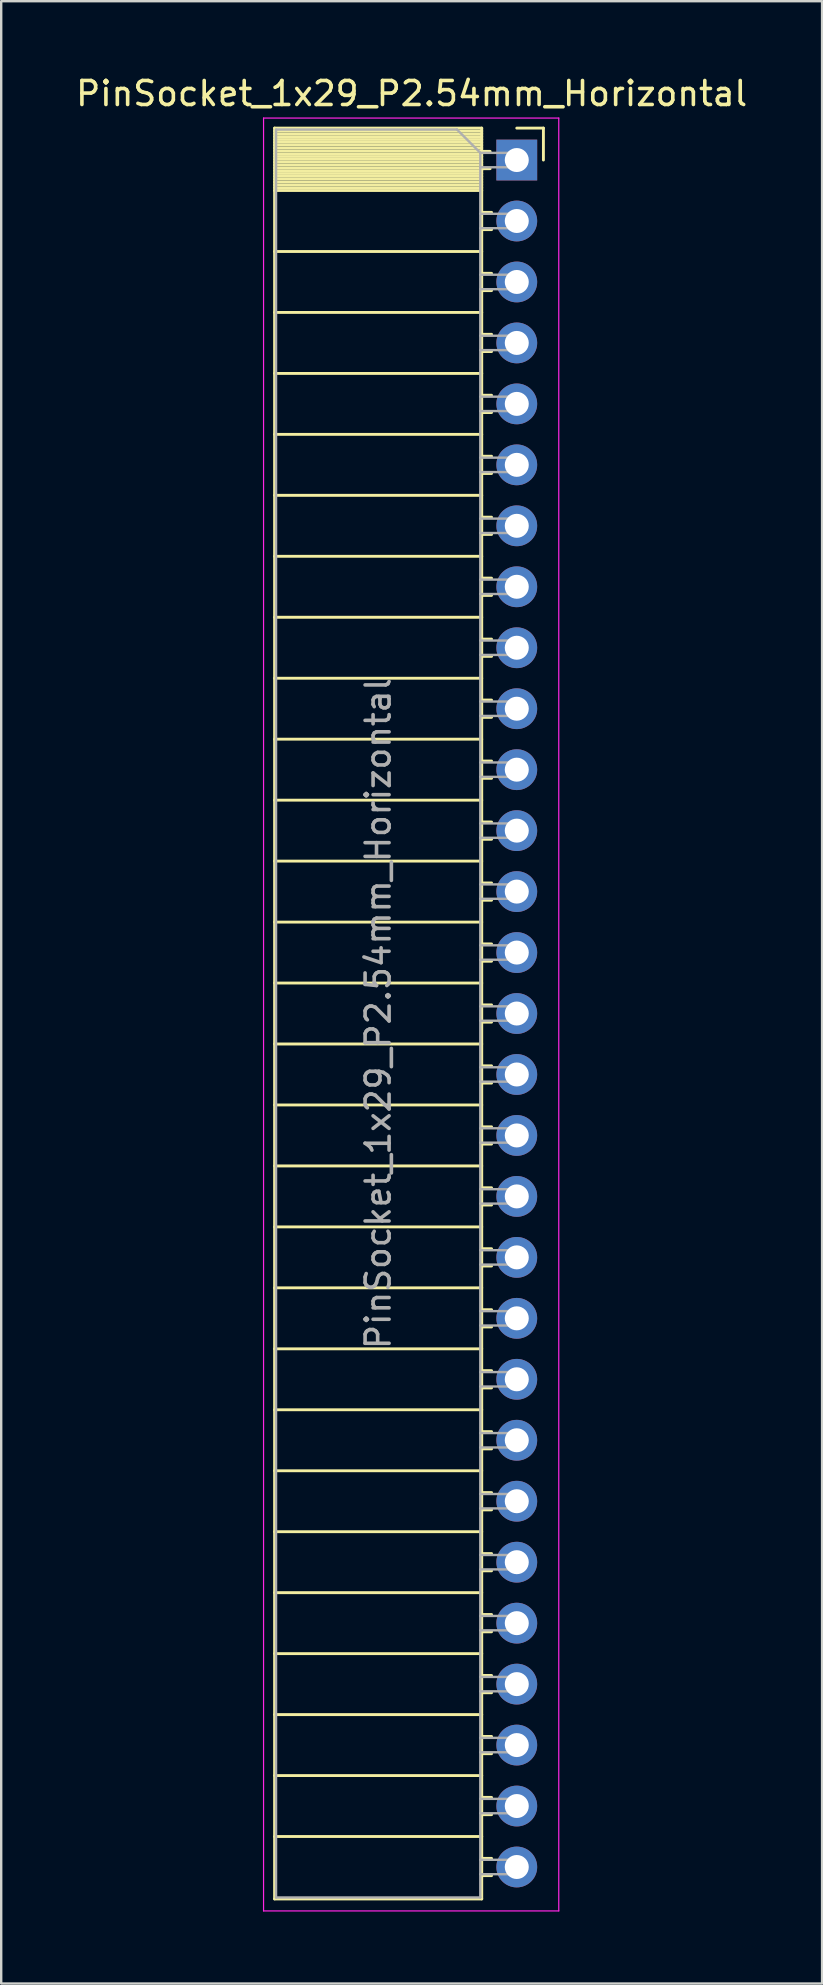
<source format=kicad_pcb>
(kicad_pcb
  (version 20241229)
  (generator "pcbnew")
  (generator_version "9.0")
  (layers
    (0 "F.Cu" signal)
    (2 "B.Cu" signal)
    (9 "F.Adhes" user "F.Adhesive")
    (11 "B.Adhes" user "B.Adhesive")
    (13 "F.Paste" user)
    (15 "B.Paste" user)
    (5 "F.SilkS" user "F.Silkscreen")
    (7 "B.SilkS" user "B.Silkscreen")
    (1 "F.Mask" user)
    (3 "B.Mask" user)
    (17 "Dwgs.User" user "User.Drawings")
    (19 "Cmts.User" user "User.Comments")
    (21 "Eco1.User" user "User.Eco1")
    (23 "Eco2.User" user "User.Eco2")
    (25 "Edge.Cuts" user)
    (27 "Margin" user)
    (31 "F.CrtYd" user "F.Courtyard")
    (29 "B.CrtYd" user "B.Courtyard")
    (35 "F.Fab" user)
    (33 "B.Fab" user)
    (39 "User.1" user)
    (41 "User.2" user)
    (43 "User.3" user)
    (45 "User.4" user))
  (footprint "PinSocket_1x29_P2.54mm_Horizontal"
    (layer "F.Cu")
    (at 18.481 3.618)
    (property "Reference" "PinSocket_1x29_P2.54mm_Horizontal" (at -4.38 -2.77 0) (layer "F.SilkS") (effects (font (size 1 1) (thickness 0.15))))
    (attr through_hole)
    (fp_line (start -10.09 -1.33) (end -10.09 72.45) (stroke (width 0.12) (type solid)) (layer "F.SilkS"))
    (fp_line (start -10.09 -1.33) (end -1.46 -1.33) (stroke (width 0.12) (type solid)) (layer "F.SilkS"))
    (fp_line (start -10.09 -1.21) (end -1.46 -1.21) (stroke (width 0.12) (type solid)) (layer "F.SilkS"))
    (fp_line (start -10.09 -1.092) (end -1.46 -1.092) (stroke (width 0.12) (type solid)) (layer "F.SilkS"))
    (fp_line (start -10.09 -0.974) (end -1.46 -0.974) (stroke (width 0.12) (type solid)) (layer "F.SilkS"))
    (fp_line (start -10.09 -0.856) (end -1.46 -0.856) (stroke (width 0.12) (type solid)) (layer "F.SilkS"))
    (fp_line (start -10.09 -0.738) (end -1.46 -0.738) (stroke (width 0.12) (type solid)) (layer "F.SilkS"))
    (fp_line (start -10.09 -0.62) (end -1.46 -0.62) (stroke (width 0.12) (type solid)) (layer "F.SilkS"))
    (fp_line (start -10.09 -0.501) (end -1.46 -0.501) (stroke (width 0.12) (type solid)) (layer "F.SilkS"))
    (fp_line (start -10.09 -0.383) (end -1.46 -0.383) (stroke (width 0.12) (type solid)) (layer "F.SilkS"))
    (fp_line (start -10.09 -0.265) (end -1.46 -0.265) (stroke (width 0.12) (type solid)) (layer "F.SilkS"))
    (fp_line (start -10.09 -0.147) (end -1.46 -0.147) (stroke (width 0.12) (type solid)) (layer "F.SilkS"))
    (fp_line (start -10.09 -0.029) (end -1.46 -0.029) (stroke (width 0.12) (type solid)) (layer "F.SilkS"))
    (fp_line (start -10.09 0.089) (end -1.46 0.089) (stroke (width 0.12) (type solid)) (layer "F.SilkS"))
    (fp_line (start -10.09 0.207) (end -1.46 0.207) (stroke (width 0.12) (type solid)) (layer "F.SilkS"))
    (fp_line (start -10.09 0.325) (end -1.46 0.325) (stroke (width 0.12) (type solid)) (layer "F.SilkS"))
    (fp_line (start -10.09 0.443) (end -1.46 0.443) (stroke (width 0.12) (type solid)) (layer "F.SilkS"))
    (fp_line (start -10.09 0.561) (end -1.46 0.561) (stroke (width 0.12) (type solid)) (layer "F.SilkS"))
    (fp_line (start -10.09 0.68) (end -1.46 0.68) (stroke (width 0.12) (type solid)) (layer "F.SilkS"))
    (fp_line (start -10.09 0.798) (end -1.46 0.798) (stroke (width 0.12) (type solid)) (layer "F.SilkS"))
    (fp_line (start -10.09 0.916) (end -1.46 0.916) (stroke (width 0.12) (type solid)) (layer "F.SilkS"))
    (fp_line (start -10.09 1.034) (end -1.46 1.034) (stroke (width 0.12) (type solid)) (layer "F.SilkS"))
    (fp_line (start -10.09 1.152) (end -1.46 1.152) (stroke (width 0.12) (type solid)) (layer "F.SilkS"))
    (fp_line (start -10.09 1.27) (end -1.46 1.27) (stroke (width 0.12) (type solid)) (layer "F.SilkS"))
    (fp_line (start -10.09 3.81) (end -1.46 3.81) (stroke (width 0.12) (type solid)) (layer "F.SilkS"))
    (fp_line (start -10.09 6.35) (end -1.46 6.35) (stroke (width 0.12) (type solid)) (layer "F.SilkS"))
    (fp_line (start -10.09 8.89) (end -1.46 8.89) (stroke (width 0.12) (type solid)) (layer "F.SilkS"))
    (fp_line (start -10.09 11.43) (end -1.46 11.43) (stroke (width 0.12) (type solid)) (layer "F.SilkS"))
    (fp_line (start -10.09 13.97) (end -1.46 13.97) (stroke (width 0.12) (type solid)) (layer "F.SilkS"))
    (fp_line (start -10.09 16.51) (end -1.46 16.51) (stroke (width 0.12) (type solid)) (layer "F.SilkS"))
    (fp_line (start -10.09 19.05) (end -1.46 19.05) (stroke (width 0.12) (type solid)) (layer "F.SilkS"))
    (fp_line (start -10.09 21.59) (end -1.46 21.59) (stroke (width 0.12) (type solid)) (layer "F.SilkS"))
    (fp_line (start -10.09 24.13) (end -1.46 24.13) (stroke (width 0.12) (type solid)) (layer "F.SilkS"))
    (fp_line (start -10.09 26.67) (end -1.46 26.67) (stroke (width 0.12) (type solid)) (layer "F.SilkS"))
    (fp_line (start -10.09 29.21) (end -1.46 29.21) (stroke (width 0.12) (type solid)) (layer "F.SilkS"))
    (fp_line (start -10.09 31.75) (end -1.46 31.75) (stroke (width 0.12) (type solid)) (layer "F.SilkS"))
    (fp_line (start -10.09 34.29) (end -1.46 34.29) (stroke (width 0.12) (type solid)) (layer "F.SilkS"))
    (fp_line (start -10.09 36.83) (end -1.46 36.83) (stroke (width 0.12) (type solid)) (layer "F.SilkS"))
    (fp_line (start -10.09 39.37) (end -1.46 39.37) (stroke (width 0.12) (type solid)) (layer "F.SilkS"))
    (fp_line (start -10.09 41.91) (end -1.46 41.91) (stroke (width 0.12) (type solid)) (layer "F.SilkS"))
    (fp_line (start -10.09 44.45) (end -1.46 44.45) (stroke (width 0.12) (type solid)) (layer "F.SilkS"))
    (fp_line (start -10.09 46.99) (end -1.46 46.99) (stroke (width 0.12) (type solid)) (layer "F.SilkS"))
    (fp_line (start -10.09 49.53) (end -1.46 49.53) (stroke (width 0.12) (type solid)) (layer "F.SilkS"))
    (fp_line (start -10.09 52.07) (end -1.46 52.07) (stroke (width 0.12) (type solid)) (layer "F.SilkS"))
    (fp_line (start -10.09 54.61) (end -1.46 54.61) (stroke (width 0.12) (type solid)) (layer "F.SilkS"))
    (fp_line (start -10.09 57.15) (end -1.46 57.15) (stroke (width 0.12) (type solid)) (layer "F.SilkS"))
    (fp_line (start -10.09 59.69) (end -1.46 59.69) (stroke (width 0.12) (type solid)) (layer "F.SilkS"))
    (fp_line (start -10.09 62.23) (end -1.46 62.23) (stroke (width 0.12) (type solid)) (layer "F.SilkS"))
    (fp_line (start -10.09 64.77) (end -1.46 64.77) (stroke (width 0.12) (type solid)) (layer "F.SilkS"))
    (fp_line (start -10.09 67.31) (end -1.46 67.31) (stroke (width 0.12) (type solid)) (layer "F.SilkS"))
    (fp_line (start -10.09 69.85) (end -1.46 69.85) (stroke (width 0.12) (type solid)) (layer "F.SilkS"))
    (fp_line (start -10.09 72.45) (end -1.46 72.45) (stroke (width 0.12) (type solid)) (layer "F.SilkS"))
    (fp_line (start -1.46 -1.33) (end -1.46 72.45) (stroke (width 0.12) (type solid)) (layer "F.SilkS"))
    (fp_line (start -1.46 -0.36) (end -1.11 -0.36) (stroke (width 0.12) (type solid)) (layer "F.SilkS"))
    (fp_line (start -1.46 0.36) (end -1.11 0.36) (stroke (width 0.12) (type solid)) (layer "F.SilkS"))
    (fp_line (start -1.46 2.18) (end -1.05 2.18) (stroke (width 0.12) (type solid)) (layer "F.SilkS"))
    (fp_line (start -1.46 2.9) (end -1.05 2.9) (stroke (width 0.12) (type solid)) (layer "F.SilkS"))
    (fp_line (start -1.46 4.72) (end -1.05 4.72) (stroke (width 0.12) (type solid)) (layer "F.SilkS"))
    (fp_line (start -1.46 5.44) (end -1.05 5.44) (stroke (width 0.12) (type solid)) (layer "F.SilkS"))
    (fp_line (start -1.46 7.26) (end -1.05 7.26) (stroke (width 0.12) (type solid)) (layer "F.SilkS"))
    (fp_line (start -1.46 7.98) (end -1.05 7.98) (stroke (width 0.12) (type solid)) (layer "F.SilkS"))
    (fp_line (start -1.46 9.8) (end -1.05 9.8) (stroke (width 0.12) (type solid)) (layer "F.SilkS"))
    (fp_line (start -1.46 10.52) (end -1.05 10.52) (stroke (width 0.12) (type solid)) (layer "F.SilkS"))
    (fp_line (start -1.46 12.34) (end -1.05 12.34) (stroke (width 0.12) (type solid)) (layer "F.SilkS"))
    (fp_line (start -1.46 13.06) (end -1.05 13.06) (stroke (width 0.12) (type solid)) (layer "F.SilkS"))
    (fp_line (start -1.46 14.88) (end -1.05 14.88) (stroke (width 0.12) (type solid)) (layer "F.SilkS"))
    (fp_line (start -1.46 15.6) (end -1.05 15.6) (stroke (width 0.12) (type solid)) (layer "F.SilkS"))
    (fp_line (start -1.46 17.42) (end -1.05 17.42) (stroke (width 0.12) (type solid)) (layer "F.SilkS"))
    (fp_line (start -1.46 18.14) (end -1.05 18.14) (stroke (width 0.12) (type solid)) (layer "F.SilkS"))
    (fp_line (start -1.46 19.96) (end -1.05 19.96) (stroke (width 0.12) (type solid)) (layer "F.SilkS"))
    (fp_line (start -1.46 20.68) (end -1.05 20.68) (stroke (width 0.12) (type solid)) (layer "F.SilkS"))
    (fp_line (start -1.46 22.5) (end -1.05 22.5) (stroke (width 0.12) (type solid)) (layer "F.SilkS"))
    (fp_line (start -1.46 23.22) (end -1.05 23.22) (stroke (width 0.12) (type solid)) (layer "F.SilkS"))
    (fp_line (start -1.46 25.04) (end -1.05 25.04) (stroke (width 0.12) (type solid)) (layer "F.SilkS"))
    (fp_line (start -1.46 25.76) (end -1.05 25.76) (stroke (width 0.12) (type solid)) (layer "F.SilkS"))
    (fp_line (start -1.46 27.58) (end -1.05 27.58) (stroke (width 0.12) (type solid)) (layer "F.SilkS"))
    (fp_line (start -1.46 28.3) (end -1.05 28.3) (stroke (width 0.12) (type solid)) (layer "F.SilkS"))
    (fp_line (start -1.46 30.12) (end -1.05 30.12) (stroke (width 0.12) (type solid)) (layer "F.SilkS"))
    (fp_line (start -1.46 30.84) (end -1.05 30.84) (stroke (width 0.12) (type solid)) (layer "F.SilkS"))
    (fp_line (start -1.46 32.66) (end -1.05 32.66) (stroke (width 0.12) (type solid)) (layer "F.SilkS"))
    (fp_line (start -1.46 33.38) (end -1.05 33.38) (stroke (width 0.12) (type solid)) (layer "F.SilkS"))
    (fp_line (start -1.46 35.2) (end -1.05 35.2) (stroke (width 0.12) (type solid)) (layer "F.SilkS"))
    (fp_line (start -1.46 35.92) (end -1.05 35.92) (stroke (width 0.12) (type solid)) (layer "F.SilkS"))
    (fp_line (start -1.46 37.74) (end -1.05 37.74) (stroke (width 0.12) (type solid)) (layer "F.SilkS"))
    (fp_line (start -1.46 38.46) (end -1.05 38.46) (stroke (width 0.12) (type solid)) (layer "F.SilkS"))
    (fp_line (start -1.46 40.28) (end -1.05 40.28) (stroke (width 0.12) (type solid)) (layer "F.SilkS"))
    (fp_line (start -1.46 41) (end -1.05 41) (stroke (width 0.12) (type solid)) (layer "F.SilkS"))
    (fp_line (start -1.46 42.82) (end -1.05 42.82) (stroke (width 0.12) (type solid)) (layer "F.SilkS"))
    (fp_line (start -1.46 43.54) (end -1.05 43.54) (stroke (width 0.12) (type solid)) (layer "F.SilkS"))
    (fp_line (start -1.46 45.36) (end -1.05 45.36) (stroke (width 0.12) (type solid)) (layer "F.SilkS"))
    (fp_line (start -1.46 46.08) (end -1.05 46.08) (stroke (width 0.12) (type solid)) (layer "F.SilkS"))
    (fp_line (start -1.46 47.9) (end -1.05 47.9) (stroke (width 0.12) (type solid)) (layer "F.SilkS"))
    (fp_line (start -1.46 48.62) (end -1.05 48.62) (stroke (width 0.12) (type solid)) (layer "F.SilkS"))
    (fp_line (start -1.46 50.44) (end -1.05 50.44) (stroke (width 0.12) (type solid)) (layer "F.SilkS"))
    (fp_line (start -1.46 51.16) (end -1.05 51.16) (stroke (width 0.12) (type solid)) (layer "F.SilkS"))
    (fp_line (start -1.46 52.98) (end -1.05 52.98) (stroke (width 0.12) (type solid)) (layer "F.SilkS"))
    (fp_line (start -1.46 53.7) (end -1.05 53.7) (stroke (width 0.12) (type solid)) (layer "F.SilkS"))
    (fp_line (start -1.46 55.52) (end -1.05 55.52) (stroke (width 0.12) (type solid)) (layer "F.SilkS"))
    (fp_line (start -1.46 56.24) (end -1.05 56.24) (stroke (width 0.12) (type solid)) (layer "F.SilkS"))
    (fp_line (start -1.46 58.06) (end -1.05 58.06) (stroke (width 0.12) (type solid)) (layer "F.SilkS"))
    (fp_line (start -1.46 58.78) (end -1.05 58.78) (stroke (width 0.12) (type solid)) (layer "F.SilkS"))
    (fp_line (start -1.46 60.6) (end -1.05 60.6) (stroke (width 0.12) (type solid)) (layer "F.SilkS"))
    (fp_line (start -1.46 61.32) (end -1.05 61.32) (stroke (width 0.12) (type solid)) (layer "F.SilkS"))
    (fp_line (start -1.46 63.14) (end -1.05 63.14) (stroke (width 0.12) (type solid)) (layer "F.SilkS"))
    (fp_line (start -1.46 63.86) (end -1.05 63.86) (stroke (width 0.12) (type solid)) (layer "F.SilkS"))
    (fp_line (start -1.46 65.68) (end -1.05 65.68) (stroke (width 0.12) (type solid)) (layer "F.SilkS"))
    (fp_line (start -1.46 66.4) (end -1.05 66.4) (stroke (width 0.12) (type solid)) (layer "F.SilkS"))
    (fp_line (start -1.46 68.22) (end -1.05 68.22) (stroke (width 0.12) (type solid)) (layer "F.SilkS"))
    (fp_line (start -1.46 68.94) (end -1.05 68.94) (stroke (width 0.12) (type solid)) (layer "F.SilkS"))
    (fp_line (start -1.46 70.76) (end -1.05 70.76) (stroke (width 0.12) (type solid)) (layer "F.SilkS"))
    (fp_line (start -1.46 71.48) (end -1.05 71.48) (stroke (width 0.12) (type solid)) (layer "F.SilkS"))
    (fp_line (start 0 -1.33) (end 1.11 -1.33) (stroke (width 0.12) (type solid)) (layer "F.SilkS"))
    (fp_line (start 1.11 -1.33) (end 1.11 0) (stroke (width 0.12) (type solid)) (layer "F.SilkS"))
    (fp_line (start -10.55 -1.75) (end -10.55 72.95) (stroke (width 0.05) (type solid)) (layer "F.CrtYd"))
    (fp_line (start -10.55 72.95) (end 1.75 72.95) (stroke (width 0.05) (type solid)) (layer "F.CrtYd"))
    (fp_line (start 1.75 -1.75) (end -10.55 -1.75) (stroke (width 0.05) (type solid)) (layer "F.CrtYd"))
    (fp_line (start 1.75 72.95) (end 1.75 -1.75) (stroke (width 0.05) (type solid)) (layer "F.CrtYd"))
    (fp_line (start -10.03 -1.27) (end -2.49 -1.27) (stroke (width 0.1) (type solid)) (layer "F.Fab"))
    (fp_line (start -10.03 72.39) (end -10.03 -1.27) (stroke (width 0.1) (type solid)) (layer "F.Fab"))
    (fp_line (start -2.49 -1.27) (end -1.52 -0.3) (stroke (width 0.1) (type solid)) (layer "F.Fab"))
    (fp_line (start -1.52 -0.3) (end -1.52 72.39) (stroke (width 0.1) (type solid)) (layer "F.Fab"))
    (fp_line (start -1.52 0.3) (end 0 0.3) (stroke (width 0.1) (type solid)) (layer "F.Fab"))
    (fp_line (start -1.52 2.84) (end 0 2.84) (stroke (width 0.1) (type solid)) (layer "F.Fab"))
    (fp_line (start -1.52 5.38) (end 0 5.38) (stroke (width 0.1) (type solid)) (layer "F.Fab"))
    (fp_line (start -1.52 7.92) (end 0 7.92) (stroke (width 0.1) (type solid)) (layer "F.Fab"))
    (fp_line (start -1.52 10.46) (end 0 10.46) (stroke (width 0.1) (type solid)) (layer "F.Fab"))
    (fp_line (start -1.52 13) (end 0 13) (stroke (width 0.1) (type solid)) (layer "F.Fab"))
    (fp_line (start -1.52 15.54) (end 0 15.54) (stroke (width 0.1) (type solid)) (layer "F.Fab"))
    (fp_line (start -1.52 18.08) (end 0 18.08) (stroke (width 0.1) (type solid)) (layer "F.Fab"))
    (fp_line (start -1.52 20.62) (end 0 20.62) (stroke (width 0.1) (type solid)) (layer "F.Fab"))
    (fp_line (start -1.52 23.16) (end 0 23.16) (stroke (width 0.1) (type solid)) (layer "F.Fab"))
    (fp_line (start -1.52 25.7) (end 0 25.7) (stroke (width 0.1) (type solid)) (layer "F.Fab"))
    (fp_line (start -1.52 28.24) (end 0 28.24) (stroke (width 0.1) (type solid)) (layer "F.Fab"))
    (fp_line (start -1.52 30.78) (end 0 30.78) (stroke (width 0.1) (type solid)) (layer "F.Fab"))
    (fp_line (start -1.52 33.32) (end 0 33.32) (stroke (width 0.1) (type solid)) (layer "F.Fab"))
    (fp_line (start -1.52 35.86) (end 0 35.86) (stroke (width 0.1) (type solid)) (layer "F.Fab"))
    (fp_line (start -1.52 38.4) (end 0 38.4) (stroke (width 0.1) (type solid)) (layer "F.Fab"))
    (fp_line (start -1.52 40.94) (end 0 40.94) (stroke (width 0.1) (type solid)) (layer "F.Fab"))
    (fp_line (start -1.52 43.48) (end 0 43.48) (stroke (width 0.1) (type solid)) (layer "F.Fab"))
    (fp_line (start -1.52 46.02) (end 0 46.02) (stroke (width 0.1) (type solid)) (layer "F.Fab"))
    (fp_line (start -1.52 48.56) (end 0 48.56) (stroke (width 0.1) (type solid)) (layer "F.Fab"))
    (fp_line (start -1.52 51.1) (end 0 51.1) (stroke (width 0.1) (type solid)) (layer "F.Fab"))
    (fp_line (start -1.52 53.64) (end 0 53.64) (stroke (width 0.1) (type solid)) (layer "F.Fab"))
    (fp_line (start -1.52 56.18) (end 0 56.18) (stroke (width 0.1) (type solid)) (layer "F.Fab"))
    (fp_line (start -1.52 58.72) (end 0 58.72) (stroke (width 0.1) (type solid)) (layer "F.Fab"))
    (fp_line (start -1.52 61.26) (end 0 61.26) (stroke (width 0.1) (type solid)) (layer "F.Fab"))
    (fp_line (start -1.52 63.8) (end 0 63.8) (stroke (width 0.1) (type solid)) (layer "F.Fab"))
    (fp_line (start -1.52 66.34) (end 0 66.34) (stroke (width 0.1) (type solid)) (layer "F.Fab"))
    (fp_line (start -1.52 68.88) (end 0 68.88) (stroke (width 0.1) (type solid)) (layer "F.Fab"))
    (fp_line (start -1.52 71.42) (end 0 71.42) (stroke (width 0.1) (type solid)) (layer "F.Fab"))
    (fp_line (start -1.52 72.39) (end -10.03 72.39) (stroke (width 0.1) (type solid)) (layer "F.Fab"))
    (fp_line (start 0 -0.3) (end -1.52 -0.3) (stroke (width 0.1) (type solid)) (layer "F.Fab"))
    (fp_line (start 0 0.3) (end 0 -0.3) (stroke (width 0.1) (type solid)) (layer "F.Fab"))
    (fp_line (start 0 2.24) (end -1.52 2.24) (stroke (width 0.1) (type solid)) (layer "F.Fab"))
    (fp_line (start 0 2.84) (end 0 2.24) (stroke (width 0.1) (type solid)) (layer "F.Fab"))
    (fp_line (start 0 4.78) (end -1.52 4.78) (stroke (width 0.1) (type solid)) (layer "F.Fab"))
    (fp_line (start 0 5.38) (end 0 4.78) (stroke (width 0.1) (type solid)) (layer "F.Fab"))
    (fp_line (start 0 7.32) (end -1.52 7.32) (stroke (width 0.1) (type solid)) (layer "F.Fab"))
    (fp_line (start 0 7.92) (end 0 7.32) (stroke (width 0.1) (type solid)) (layer "F.Fab"))
    (fp_line (start 0 9.86) (end -1.52 9.86) (stroke (width 0.1) (type solid)) (layer "F.Fab"))
    (fp_line (start 0 10.46) (end 0 9.86) (stroke (width 0.1) (type solid)) (layer "F.Fab"))
    (fp_line (start 0 12.4) (end -1.52 12.4) (stroke (width 0.1) (type solid)) (layer "F.Fab"))
    (fp_line (start 0 13) (end 0 12.4) (stroke (width 0.1) (type solid)) (layer "F.Fab"))
    (fp_line (start 0 14.94) (end -1.52 14.94) (stroke (width 0.1) (type solid)) (layer "F.Fab"))
    (fp_line (start 0 15.54) (end 0 14.94) (stroke (width 0.1) (type solid)) (layer "F.Fab"))
    (fp_line (start 0 17.48) (end -1.52 17.48) (stroke (width 0.1) (type solid)) (layer "F.Fab"))
    (fp_line (start 0 18.08) (end 0 17.48) (stroke (width 0.1) (type solid)) (layer "F.Fab"))
    (fp_line (start 0 20.02) (end -1.52 20.02) (stroke (width 0.1) (type solid)) (layer "F.Fab"))
    (fp_line (start 0 20.62) (end 0 20.02) (stroke (width 0.1) (type solid)) (layer "F.Fab"))
    (fp_line (start 0 22.56) (end -1.52 22.56) (stroke (width 0.1) (type solid)) (layer "F.Fab"))
    (fp_line (start 0 23.16) (end 0 22.56) (stroke (width 0.1) (type solid)) (layer "F.Fab"))
    (fp_line (start 0 25.1) (end -1.52 25.1) (stroke (width 0.1) (type solid)) (layer "F.Fab"))
    (fp_line (start 0 25.7) (end 0 25.1) (stroke (width 0.1) (type solid)) (layer "F.Fab"))
    (fp_line (start 0 27.64) (end -1.52 27.64) (stroke (width 0.1) (type solid)) (layer "F.Fab"))
    (fp_line (start 0 28.24) (end 0 27.64) (stroke (width 0.1) (type solid)) (layer "F.Fab"))
    (fp_line (start 0 30.18) (end -1.52 30.18) (stroke (width 0.1) (type solid)) (layer "F.Fab"))
    (fp_line (start 0 30.78) (end 0 30.18) (stroke (width 0.1) (type solid)) (layer "F.Fab"))
    (fp_line (start 0 32.72) (end -1.52 32.72) (stroke (width 0.1) (type solid)) (layer "F.Fab"))
    (fp_line (start 0 33.32) (end 0 32.72) (stroke (width 0.1) (type solid)) (layer "F.Fab"))
    (fp_line (start 0 35.26) (end -1.52 35.26) (stroke (width 0.1) (type solid)) (layer "F.Fab"))
    (fp_line (start 0 35.86) (end 0 35.26) (stroke (width 0.1) (type solid)) (layer "F.Fab"))
    (fp_line (start 0 37.8) (end -1.52 37.8) (stroke (width 0.1) (type solid)) (layer "F.Fab"))
    (fp_line (start 0 38.4) (end 0 37.8) (stroke (width 0.1) (type solid)) (layer "F.Fab"))
    (fp_line (start 0 40.34) (end -1.52 40.34) (stroke (width 0.1) (type solid)) (layer "F.Fab"))
    (fp_line (start 0 40.94) (end 0 40.34) (stroke (width 0.1) (type solid)) (layer "F.Fab"))
    (fp_line (start 0 42.88) (end -1.52 42.88) (stroke (width 0.1) (type solid)) (layer "F.Fab"))
    (fp_line (start 0 43.48) (end 0 42.88) (stroke (width 0.1) (type solid)) (layer "F.Fab"))
    (fp_line (start 0 45.42) (end -1.52 45.42) (stroke (width 0.1) (type solid)) (layer "F.Fab"))
    (fp_line (start 0 46.02) (end 0 45.42) (stroke (width 0.1) (type solid)) (layer "F.Fab"))
    (fp_line (start 0 47.96) (end -1.52 47.96) (stroke (width 0.1) (type solid)) (layer "F.Fab"))
    (fp_line (start 0 48.56) (end 0 47.96) (stroke (width 0.1) (type solid)) (layer "F.Fab"))
    (fp_line (start 0 50.5) (end -1.52 50.5) (stroke (width 0.1) (type solid)) (layer "F.Fab"))
    (fp_line (start 0 51.1) (end 0 50.5) (stroke (width 0.1) (type solid)) (layer "F.Fab"))
    (fp_line (start 0 53.04) (end -1.52 53.04) (stroke (width 0.1) (type solid)) (layer "F.Fab"))
    (fp_line (start 0 53.64) (end 0 53.04) (stroke (width 0.1) (type solid)) (layer "F.Fab"))
    (fp_line (start 0 55.58) (end -1.52 55.58) (stroke (width 0.1) (type solid)) (layer "F.Fab"))
    (fp_line (start 0 56.18) (end 0 55.58) (stroke (width 0.1) (type solid)) (layer "F.Fab"))
    (fp_line (start 0 58.12) (end -1.52 58.12) (stroke (width 0.1) (type solid)) (layer "F.Fab"))
    (fp_line (start 0 58.72) (end 0 58.12) (stroke (width 0.1) (type solid)) (layer "F.Fab"))
    (fp_line (start 0 60.66) (end -1.52 60.66) (stroke (width 0.1) (type solid)) (layer "F.Fab"))
    (fp_line (start 0 61.26) (end 0 60.66) (stroke (width 0.1) (type solid)) (layer "F.Fab"))
    (fp_line (start 0 63.2) (end -1.52 63.2) (stroke (width 0.1) (type solid)) (layer "F.Fab"))
    (fp_line (start 0 63.8) (end 0 63.2) (stroke (width 0.1) (type solid)) (layer "F.Fab"))
    (fp_line (start 0 65.74) (end -1.52 65.74) (stroke (width 0.1) (type solid)) (layer "F.Fab"))
    (fp_line (start 0 66.34) (end 0 65.74) (stroke (width 0.1) (type solid)) (layer "F.Fab"))
    (fp_line (start 0 68.28) (end -1.52 68.28) (stroke (width 0.1) (type solid)) (layer "F.Fab"))
    (fp_line (start 0 68.88) (end 0 68.28) (stroke (width 0.1) (type solid)) (layer "F.Fab"))
    (fp_line (start 0 70.82) (end -1.52 70.82) (stroke (width 0.1) (type solid)) (layer "F.Fab"))
    (fp_line (start 0 71.42) (end 0 70.82) (stroke (width 0.1) (type solid)) (layer "F.Fab"))
    (fp_text user "${REFERENCE}" (at -5.775 35.56 90) (layer "F.Fab") (effects (font (size 1 1) (thickness 0.15))))
    (pad "1" thru_hole rect (at 0 0) (size 1.7 1.7) (drill 1) (layers "*.Cu" "*.Mask"))
    (pad "2" thru_hole circle (at 0 2.54) (size 1.7 1.7) (drill 1) (layers "*.Cu" "*.Mask"))
    (pad "3" thru_hole circle (at 0 5.08) (size 1.7 1.7) (drill 1) (layers "*.Cu" "*.Mask"))
    (pad "4" thru_hole circle (at 0 7.62) (size 1.7 1.7) (drill 1) (layers "*.Cu" "*.Mask"))
    (pad "5" thru_hole circle (at 0 10.16) (size 1.7 1.7) (drill 1) (layers "*.Cu" "*.Mask"))
    (pad "6" thru_hole circle (at 0 12.7) (size 1.7 1.7) (drill 1) (layers "*.Cu" "*.Mask"))
    (pad "7" thru_hole circle (at 0 15.24) (size 1.7 1.7) (drill 1) (layers "*.Cu" "*.Mask"))
    (pad "8" thru_hole circle (at 0 17.78) (size 1.7 1.7) (drill 1) (layers "*.Cu" "*.Mask"))
    (pad "9" thru_hole circle (at 0 20.32) (size 1.7 1.7) (drill 1) (layers "*.Cu" "*.Mask"))
    (pad "10" thru_hole circle (at 0 22.86) (size 1.7 1.7) (drill 1) (layers "*.Cu" "*.Mask"))
    (pad "11" thru_hole circle (at 0 25.4) (size 1.7 1.7) (drill 1) (layers "*.Cu" "*.Mask"))
    (pad "12" thru_hole circle (at 0 27.94) (size 1.7 1.7) (drill 1) (layers "*.Cu" "*.Mask"))
    (pad "13" thru_hole circle (at 0 30.48) (size 1.7 1.7) (drill 1) (layers "*.Cu" "*.Mask"))
    (pad "14" thru_hole circle (at 0 33.02) (size 1.7 1.7) (drill 1) (layers "*.Cu" "*.Mask"))
    (pad "15" thru_hole circle (at 0 35.56) (size 1.7 1.7) (drill 1) (layers "*.Cu" "*.Mask"))
    (pad "16" thru_hole circle (at 0 38.1) (size 1.7 1.7) (drill 1) (layers "*.Cu" "*.Mask"))
    (pad "17" thru_hole circle (at 0 40.64) (size 1.7 1.7) (drill 1) (layers "*.Cu" "*.Mask"))
    (pad "18" thru_hole circle (at 0 43.18) (size 1.7 1.7) (drill 1) (layers "*.Cu" "*.Mask"))
    (pad "19" thru_hole circle (at 0 45.72) (size 1.7 1.7) (drill 1) (layers "*.Cu" "*.Mask"))
    (pad "20" thru_hole circle (at 0 48.26) (size 1.7 1.7) (drill 1) (layers "*.Cu" "*.Mask"))
    (pad "21" thru_hole circle (at 0 50.8) (size 1.7 1.7) (drill 1) (layers "*.Cu" "*.Mask"))
    (pad "22" thru_hole circle (at 0 53.34) (size 1.7 1.7) (drill 1) (layers "*.Cu" "*.Mask"))
    (pad "23" thru_hole circle (at 0 55.88) (size 1.7 1.7) (drill 1) (layers "*.Cu" "*.Mask"))
    (pad "24" thru_hole circle (at 0 58.42) (size 1.7 1.7) (drill 1) (layers "*.Cu" "*.Mask"))
    (pad "25" thru_hole circle (at 0 60.96) (size 1.7 1.7) (drill 1) (layers "*.Cu" "*.Mask"))
    (pad "26" thru_hole circle (at 0 63.5) (size 1.7 1.7) (drill 1) (layers "*.Cu" "*.Mask"))
    (pad "27" thru_hole circle (at 0 66.04) (size 1.7 1.7) (drill 1) (layers "*.Cu" "*.Mask"))
    (pad "28" thru_hole circle (at 0 68.58) (size 1.7 1.7) (drill 1) (layers "*.Cu" "*.Mask"))
    (pad "29" thru_hole circle (at 0 71.12) (size 1.7 1.7) (drill 1) (layers "*.Cu" "*.Mask")))
  (gr_rect
    (start -3 -3)
    (end 31.202 79.593)
    (stroke (width 0.1) (type default))
    (fill no)
    (layer "Edge.Cuts")))
</source>
